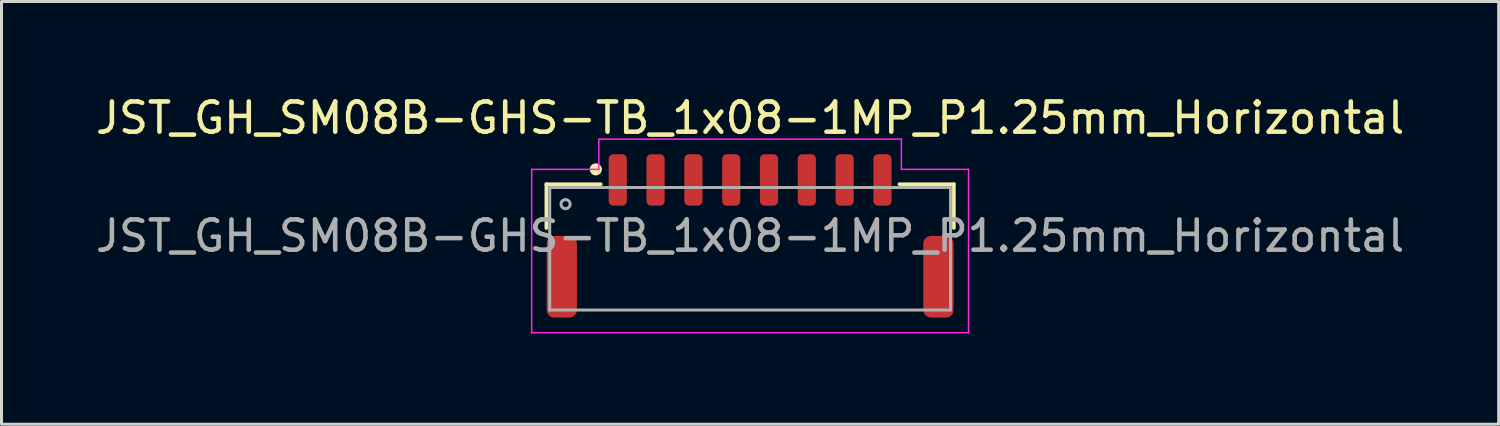
<source format=kicad_pcb>
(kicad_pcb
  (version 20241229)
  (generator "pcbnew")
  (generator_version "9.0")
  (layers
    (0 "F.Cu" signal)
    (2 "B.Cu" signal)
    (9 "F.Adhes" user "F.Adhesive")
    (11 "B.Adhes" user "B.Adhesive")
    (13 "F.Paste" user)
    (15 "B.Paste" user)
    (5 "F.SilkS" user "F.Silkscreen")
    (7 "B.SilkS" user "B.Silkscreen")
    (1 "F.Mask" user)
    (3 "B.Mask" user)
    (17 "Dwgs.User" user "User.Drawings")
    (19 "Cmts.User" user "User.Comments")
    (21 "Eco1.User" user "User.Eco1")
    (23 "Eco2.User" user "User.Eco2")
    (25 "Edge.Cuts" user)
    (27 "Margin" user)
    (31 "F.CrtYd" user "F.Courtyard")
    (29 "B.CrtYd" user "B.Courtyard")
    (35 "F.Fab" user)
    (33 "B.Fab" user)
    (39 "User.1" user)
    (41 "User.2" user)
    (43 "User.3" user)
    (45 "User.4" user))
  (footprint "JST_GH_SM08B-GHS-TB_1x08-1MP_P1.25mm_Horizontal"
    (layer "F.Cu")
    (at 21.744 4.748)
    (property "Reference" "JST_GH_SM08B-GHS-TB_1x08-1MP_P1.25mm_Horizontal" (at 0 -3.9 0) (layer "F.SilkS") (effects (font (size 1 1) (thickness 0.15))))
    (attr smd)
    (fp_line (start -6.735 -1.71) (end -4.935 -1.71) (stroke (width 0.12) (type solid)) (layer "F.SilkS"))
    (fp_line (start -6.735 -0.26) (end -6.735 -1.71) (stroke (width 0.12) (type solid)) (layer "F.SilkS"))
    (fp_line (start 6.735 -1.71) (end 4.935 -1.71) (stroke (width 0.12) (type solid)) (layer "F.SilkS"))
    (fp_line (start 6.735 -0.26) (end 6.735 -1.71) (stroke (width 0.12) (type solid)) (layer "F.SilkS"))
    (fp_circle (center -5.1 -2.2) (end -4.95 -2.2) (stroke (width 0.1) (type solid)) (fill yes) (layer "F.SilkS"))
    (fp_line (start -7.22 -2.2) (end -7.22 3.2) (stroke (width 0.05) (type solid)) (layer "F.CrtYd"))
    (fp_line (start -7.22 -2.2) (end -5 -2.2) (stroke (width 0.05) (type default)) (layer "F.CrtYd"))
    (fp_line (start -7.22 3.2) (end 7.22 3.2) (stroke (width 0.05) (type solid)) (layer "F.CrtYd"))
    (fp_line (start -5 -2.2) (end -5 -3.2) (stroke (width 0.05) (type default)) (layer "F.CrtYd"))
    (fp_line (start 5 -3.2) (end -5 -3.2) (stroke (width 0.05) (type solid)) (layer "F.CrtYd"))
    (fp_line (start 5 -2.2) (end 5 -3.2) (stroke (width 0.05) (type default)) (layer "F.CrtYd"))
    (fp_line (start 7.22 -2.2) (end 5 -2.2) (stroke (width 0.05) (type default)) (layer "F.CrtYd"))
    (fp_line (start 7.22 3.2) (end 7.22 -2.2) (stroke (width 0.05) (type solid)) (layer "F.CrtYd"))
    (fp_line (start -6.625 -1.6) (end -6.625 2.45) (stroke (width 0.1) (type solid)) (layer "F.Fab"))
    (fp_line (start -6.625 -1.6) (end 6.625 -1.6) (stroke (width 0.1) (type solid)) (layer "F.Fab"))
    (fp_line (start -6.625 2.45) (end 6.625 2.45) (stroke (width 0.1) (type solid)) (layer "F.Fab"))
    (fp_line (start 6.625 -1.6) (end 6.625 2.45) (stroke (width 0.1) (type solid)) (layer "F.Fab"))
    (fp_circle (center -6.1 -1.05) (end -5.95 -1.05) (stroke (width 0.1) (type solid)) (fill no) (layer "F.Fab"))
    (fp_text user "${REFERENCE}" (at 0 0 0) (layer "F.Fab") (effects (font (size 1 1) (thickness 0.15))))
    (pad "1" smd roundrect (at -4.375 -1.85) (size 0.6 1.7) (layers "F.Cu" "F.Mask" "F.Paste") (roundrect_rratio 0.25))
    (pad "2" smd roundrect (at -3.125 -1.85) (size 0.6 1.7) (layers "F.Cu" "F.Mask" "F.Paste") (roundrect_rratio 0.25))
    (pad "3" smd roundrect (at -1.875 -1.85) (size 0.6 1.7) (layers "F.Cu" "F.Mask" "F.Paste") (roundrect_rratio 0.25))
    (pad "4" smd roundrect (at -0.625 -1.85) (size 0.6 1.7) (layers "F.Cu" "F.Mask" "F.Paste") (roundrect_rratio 0.25))
    (pad "5" smd roundrect (at 0.625 -1.85) (size 0.6 1.7) (layers "F.Cu" "F.Mask" "F.Paste") (roundrect_rratio 0.25))
    (pad "6" smd roundrect (at 1.875 -1.85) (size 0.6 1.7) (layers "F.Cu" "F.Mask" "F.Paste") (roundrect_rratio 0.25))
    (pad "7" smd roundrect (at 3.125 -1.85) (size 0.6 1.7) (layers "F.Cu" "F.Mask" "F.Paste") (roundrect_rratio 0.25))
    (pad "8" smd roundrect (at 4.375 -1.85) (size 0.6 1.7) (layers "F.Cu" "F.Mask" "F.Paste") (roundrect_rratio 0.25))
    (pad "MP1" smd roundrect (at -6.225 1.35) (size 1 2.7) (layers "F.Cu" "F.Mask" "F.Paste") (roundrect_rratio 0.25))
    (pad "MP2" smd roundrect (at 6.225 1.35) (size 1 2.7) (layers "F.Cu" "F.Mask" "F.Paste") (roundrect_rratio 0.25)))
  (gr_rect
    (start -3 -3)
    (end 46.488 10.973)
    (stroke (width 0.1) (type default))
    (fill no)
    (layer "Edge.Cuts")))
</source>
